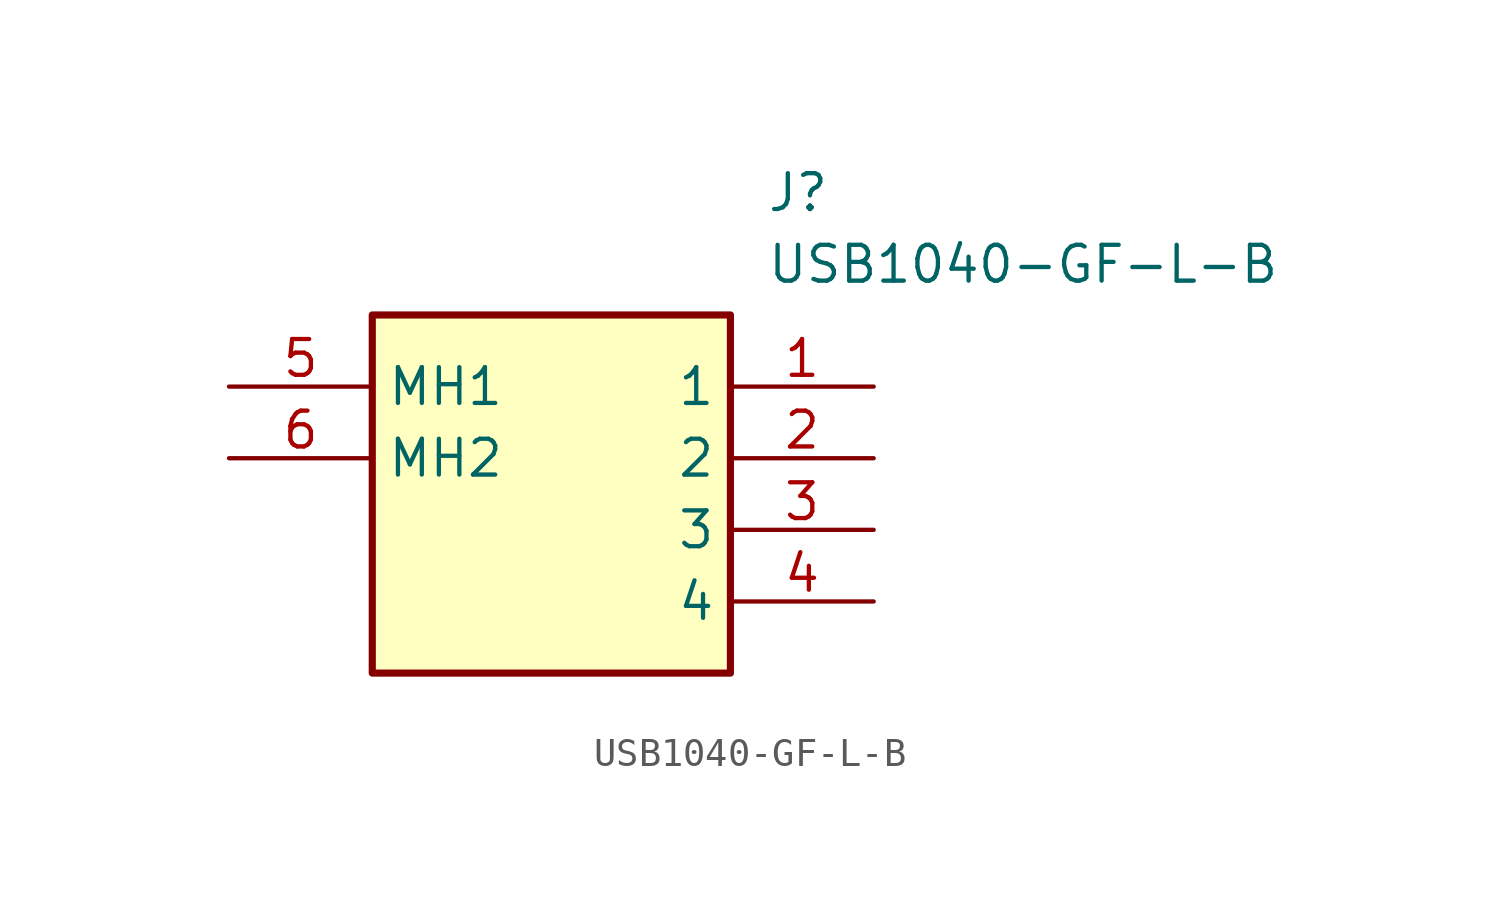
<source format=kicad_sym>
(kicad_symbol_lib
  (version 20211014)
  (generator SamacSys_ECAD_Model)
  (symbol "USB1040-GF-L-B"
    (property "Reference" "J"
      (at 19.05 7.62 0)
      (effects (font (size 1.27 1.27)) (justify left top)))
    (property "Value" "USB1040-GF-L-B"
      (at 19.05 5.08 0)
      (effects (font (size 1.27 1.27)) (justify left top)))
    (rectangle
      (start 5.08 2.54)
      (end 17.78 -10.16)
      (stroke (width 0.254) (type default))
      (fill (type background)))
    (pin passive line
      (at 22.86 0 180)
      (length 5.08)
      (name "1" (effects (font (size 1.27 1.27))))
      (number "1" (effects (font (size 1.27 1.27)))))
    (pin passive line
      (at 22.86 -2.54 180)
      (length 5.08)
      (name "2" (effects (font (size 1.27 1.27))))
      (number "2" (effects (font (size 1.27 1.27)))))
    (pin passive line
      (at 22.86 -5.08 180)
      (length 5.08)
      (name "3" (effects (font (size 1.27 1.27))))
      (number "3" (effects (font (size 1.27 1.27)))))
    (pin passive line
      (at 22.86 -7.62 180)
      (length 5.08)
      (name "4" (effects (font (size 1.27 1.27))))
      (number "4" (effects (font (size 1.27 1.27)))))
    (pin passive line
      (at 0 0 0)
      (length 5.08)
      (name "MH1" (effects (font (size 1.27 1.27))))
      (number "5" (effects (font (size 1.27 1.27)))))
    (pin passive line
      (at 0 -2.54 0)
      (length 5.08)
      (name "MH2" (effects (font (size 1.27 1.27))))
      (number "6" (effects (font (size 1.27 1.27)))))))
</source>
